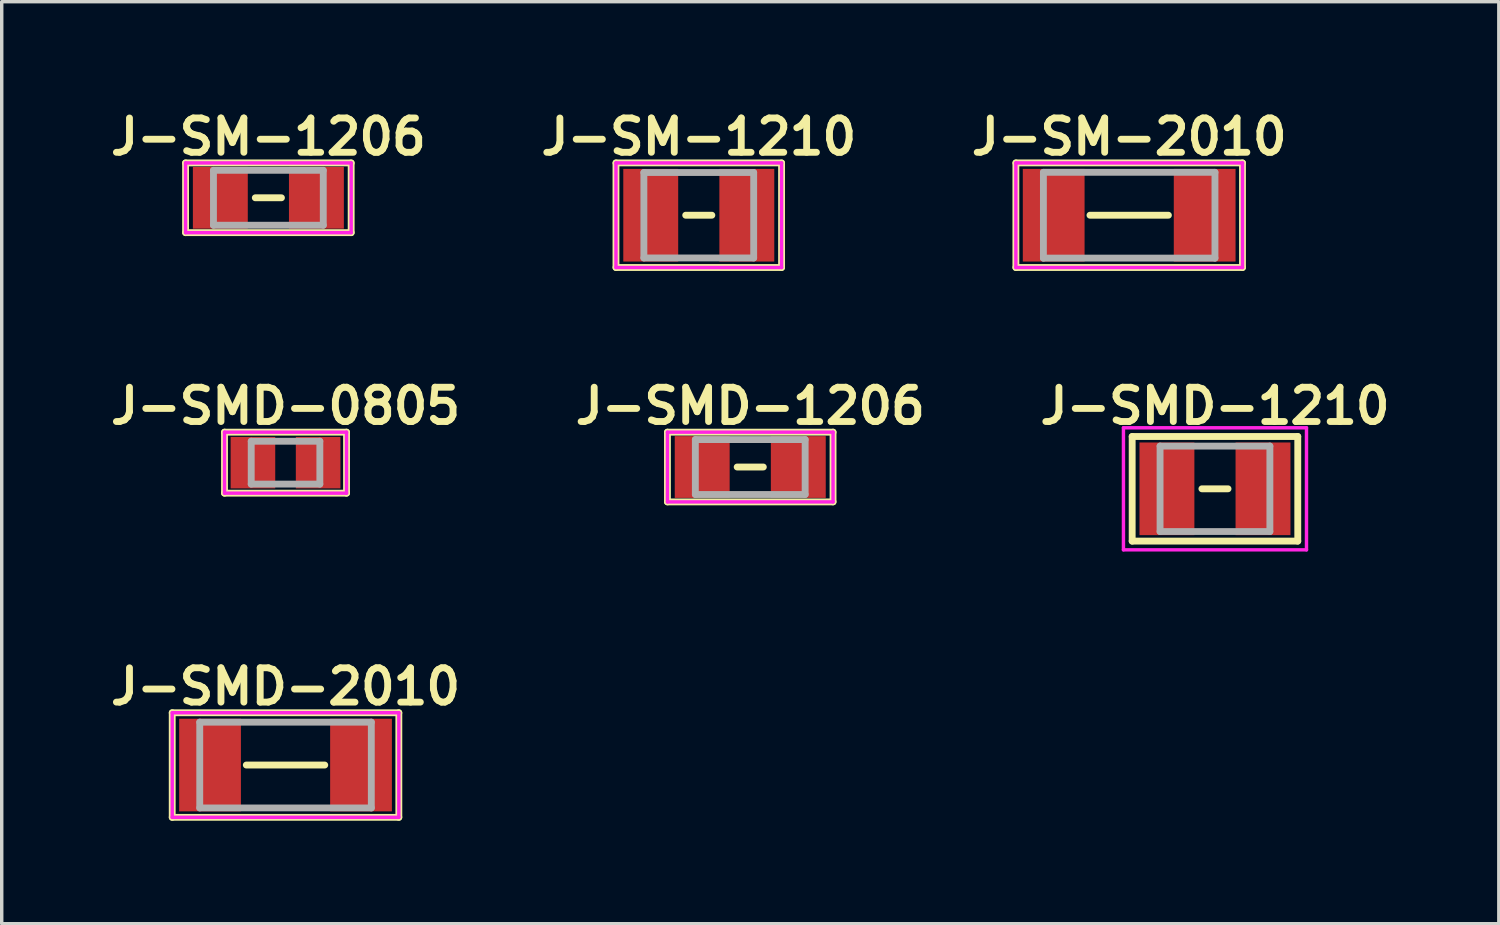
<source format=kicad_pcb>
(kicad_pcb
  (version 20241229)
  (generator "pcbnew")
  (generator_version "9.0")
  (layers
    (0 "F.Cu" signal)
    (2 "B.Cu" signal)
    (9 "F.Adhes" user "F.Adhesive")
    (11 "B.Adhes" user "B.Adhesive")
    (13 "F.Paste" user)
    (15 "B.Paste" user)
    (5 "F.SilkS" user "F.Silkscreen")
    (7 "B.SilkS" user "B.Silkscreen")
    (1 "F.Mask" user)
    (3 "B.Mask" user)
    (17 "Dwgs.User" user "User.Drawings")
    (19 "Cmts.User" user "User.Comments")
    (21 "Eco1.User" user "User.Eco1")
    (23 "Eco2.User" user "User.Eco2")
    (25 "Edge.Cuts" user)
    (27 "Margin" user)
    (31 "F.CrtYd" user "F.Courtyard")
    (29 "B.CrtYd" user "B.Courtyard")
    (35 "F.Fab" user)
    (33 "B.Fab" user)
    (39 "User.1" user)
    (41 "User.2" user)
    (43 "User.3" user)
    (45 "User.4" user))
  (footprint "J-SM-2010"
    (layer "F.Cu")
    (at 29.857 3.222)
    (property "Reference" "J-SM-2010" (at 0 -2.286 0) (layer "F.SilkS") (effects (font (size 1 1) (thickness 0.2))))
    (attr through_hole)
    (fp_line (start -3.302 -1.524) (end -3.302 1.524) (stroke (width 0.2) (type solid)) (layer "F.SilkS"))
    (fp_line (start -3.302 -1.524) (end 3.302 -1.524) (stroke (width 0.2) (type solid)) (layer "F.SilkS"))
    (fp_line (start -3.302 1.524) (end 3.302 1.524) (stroke (width 0.2) (type solid)) (layer "F.SilkS"))
    (fp_line (start -1.143 0) (end 1.143 0) (stroke (width 0.2) (type solid)) (layer "F.SilkS"))
    (fp_line (start 3.302 -1.524) (end 3.302 1.524) (stroke (width 0.2) (type solid)) (layer "F.SilkS"))
    (fp_line (start -3.302 -1.524) (end 3.302 -1.524) (stroke (width 0.1) (type solid)) (layer "F.CrtYd"))
    (fp_line (start -3.302 1.524) (end -3.302 -1.524) (stroke (width 0.1) (type solid)) (layer "F.CrtYd"))
    (fp_line (start 3.302 -1.524) (end 3.302 1.524) (stroke (width 0.1) (type solid)) (layer "F.CrtYd"))
    (fp_line (start 3.302 1.524) (end -3.302 1.524) (stroke (width 0.1) (type solid)) (layer "F.CrtYd"))
    (fp_line (start -2.5 -1.25) (end -2.5 1.25) (stroke (width 0.2) (type solid)) (layer "F.Fab"))
    (fp_line (start -2.5 -1.25) (end 2.5 -1.25) (stroke (width 0.2) (type solid)) (layer "F.Fab"))
    (fp_line (start -2.5 1.25) (end 2.5 1.25) (stroke (width 0.2) (type solid)) (layer "F.Fab"))
    (fp_line (start 2.5 -1.25) (end 2.5 1.25) (stroke (width 0.2) (type solid)) (layer "F.Fab"))
    (pad "J" smd rect (at -2.2 0) (size 1.8 2.7) (layers "F.Cu" "F.Mask"))
    (pad "J" smd rect (at 2.2 0) (size 1.8 2.7) (layers "F.Cu" "F.Mask")))
  (footprint "J-SMD-1206"
    (layer "F.Cu")
    (at 18.814 10.56)
    (property "Reference" "J-SMD-1206" (at 0 -1.778 0) (layer "F.SilkS") (effects (font (size 1 1) (thickness 0.2))))
    (attr through_hole)
    (fp_line (start -2.413 -1.016) (end -2.413 1.016) (stroke (width 0.2) (type solid)) (layer "F.SilkS"))
    (fp_line (start -2.413 -1.016) (end 2.413 -1.016) (stroke (width 0.2) (type solid)) (layer "F.SilkS"))
    (fp_line (start -2.413 1.016) (end 2.413 1.016) (stroke (width 0.2) (type solid)) (layer "F.SilkS"))
    (fp_line (start -0.381 0) (end 0.381 0) (stroke (width 0.2) (type solid)) (layer "F.SilkS"))
    (fp_line (start 2.413 -1.016) (end 2.413 1.016) (stroke (width 0.2) (type solid)) (layer "F.SilkS"))
    (fp_line (start -2.413 -1.016) (end 2.413 -1.016) (stroke (width 0.1) (type solid)) (layer "F.CrtYd"))
    (fp_line (start -2.413 1.016) (end -2.413 -1.016) (stroke (width 0.1) (type solid)) (layer "F.CrtYd"))
    (fp_line (start 2.413 -1.016) (end 2.413 1.016) (stroke (width 0.1) (type solid)) (layer "F.CrtYd"))
    (fp_line (start 2.413 1.016) (end -2.413 1.016) (stroke (width 0.1) (type solid)) (layer "F.CrtYd"))
    (fp_line (start -1.6 -0.8) (end -1.6 0.8) (stroke (width 0.2) (type solid)) (layer "F.Fab"))
    (fp_line (start -1.6 -0.8) (end 1.6 -0.8) (stroke (width 0.2) (type solid)) (layer "F.Fab"))
    (fp_line (start -1.6 0.8) (end 1.6 0.8) (stroke (width 0.2) (type solid)) (layer "F.Fab"))
    (fp_line (start 1.6 -0.8) (end 1.6 0.8) (stroke (width 0.2) (type solid)) (layer "F.Fab"))
    (pad "J" smd rect (at -1.4 0) (size 1.6 1.8) (layers "F.Cu" "F.Mask" "F.Paste"))
    (pad "J" smd rect (at 1.4 0) (size 1.6 1.8) (layers "F.Cu" "F.Mask" "F.Paste")))
  (footprint "J-SM-1210"
    (layer "F.Cu")
    (at 17.314 3.222)
    (property "Reference" "J-SM-1210" (at 0 -2.286 0) (layer "F.SilkS") (effects (font (size 1 1) (thickness 0.2))))
    (attr through_hole)
    (fp_line (start -2.413 -1.524) (end -2.413 1.524) (stroke (width 0.2) (type solid)) (layer "F.SilkS"))
    (fp_line (start -2.413 -1.524) (end 2.413 -1.524) (stroke (width 0.2) (type solid)) (layer "F.SilkS"))
    (fp_line (start -2.413 1.524) (end 2.413 1.524) (stroke (width 0.2) (type solid)) (layer "F.SilkS"))
    (fp_line (start -0.381 0) (end 0.381 0) (stroke (width 0.2) (type solid)) (layer "F.SilkS"))
    (fp_line (start 2.413 -1.524) (end 2.413 1.524) (stroke (width 0.2) (type solid)) (layer "F.SilkS"))
    (fp_line (start -2.413 -1.524) (end 2.413 -1.524) (stroke (width 0.1) (type solid)) (layer "F.CrtYd"))
    (fp_line (start -2.413 1.524) (end -2.413 -1.524) (stroke (width 0.1) (type solid)) (layer "F.CrtYd"))
    (fp_line (start 2.413 -1.524) (end 2.413 1.524) (stroke (width 0.1) (type solid)) (layer "F.CrtYd"))
    (fp_line (start 2.413 1.524) (end -2.413 1.524) (stroke (width 0.1) (type solid)) (layer "F.CrtYd"))
    (fp_line (start -1.6 -1.245) (end -1.6 1.245) (stroke (width 0.2) (type solid)) (layer "F.Fab"))
    (fp_line (start -1.6 -1.245) (end 1.6 -1.245) (stroke (width 0.2) (type solid)) (layer "F.Fab"))
    (fp_line (start -1.6 1.245) (end 1.6 1.245) (stroke (width 0.2) (type solid)) (layer "F.Fab"))
    (fp_line (start 1.6 -1.245) (end 1.6 1.245) (stroke (width 0.2) (type solid)) (layer "F.Fab"))
    (pad "J" smd rect (at -1.4 0) (size 1.6 2.7) (layers "F.Cu" "F.Mask"))
    (pad "J" smd rect (at 1.4 0) (size 1.6 2.7) (layers "F.Cu" "F.Mask")))
  (footprint "J-SMD-2010"
    (layer "F.Cu")
    (at 5.271 19.245)
    (property "Reference" "J-SMD-2010" (at 0 -2.286 0) (layer "F.SilkS") (effects (font (size 1 1) (thickness 0.2))))
    (attr through_hole)
    (fp_line (start -3.302 -1.524) (end -3.302 1.524) (stroke (width 0.2) (type solid)) (layer "F.SilkS"))
    (fp_line (start -3.302 -1.524) (end 3.302 -1.524) (stroke (width 0.2) (type solid)) (layer "F.SilkS"))
    (fp_line (start -3.302 1.524) (end 3.302 1.524) (stroke (width 0.2) (type solid)) (layer "F.SilkS"))
    (fp_line (start -1.143 0) (end 1.143 0) (stroke (width 0.2) (type solid)) (layer "F.SilkS"))
    (fp_line (start 3.302 -1.524) (end 3.302 1.524) (stroke (width 0.2) (type solid)) (layer "F.SilkS"))
    (fp_line (start -3.302 -1.524) (end 3.302 -1.524) (stroke (width 0.1) (type solid)) (layer "F.CrtYd"))
    (fp_line (start -3.302 1.524) (end -3.302 -1.524) (stroke (width 0.1) (type solid)) (layer "F.CrtYd"))
    (fp_line (start 3.302 -1.524) (end 3.302 1.524) (stroke (width 0.1) (type solid)) (layer "F.CrtYd"))
    (fp_line (start 3.302 1.524) (end -3.302 1.524) (stroke (width 0.1) (type solid)) (layer "F.CrtYd"))
    (fp_line (start -2.5 -1.25) (end -2.5 1.25) (stroke (width 0.2) (type solid)) (layer "F.Fab"))
    (fp_line (start -2.5 -1.25) (end 2.5 -1.25) (stroke (width 0.2) (type solid)) (layer "F.Fab"))
    (fp_line (start -2.5 1.25) (end 2.5 1.25) (stroke (width 0.2) (type solid)) (layer "F.Fab"))
    (fp_line (start 2.5 -1.25) (end 2.5 1.25) (stroke (width 0.2) (type solid)) (layer "F.Fab"))
    (pad "J" smd rect (at -2.2 0) (size 1.8 2.7) (layers "F.Cu" "F.Mask"))
    (pad "J" smd rect (at 2.2 0) (size 1.8 2.7) (layers "F.Cu" "F.Mask")))
  (footprint "J-SM-1206"
    (layer "F.Cu")
    (at 4.771 2.714)
    (property "Reference" "J-SM-1206" (at 0 -1.778 0) (layer "F.SilkS") (effects (font (size 1 1) (thickness 0.2))))
    (attr through_hole)
    (fp_line (start -2.413 -1.016) (end -2.413 1.016) (stroke (width 0.2) (type solid)) (layer "F.SilkS"))
    (fp_line (start -2.413 -1.016) (end 2.413 -1.016) (stroke (width 0.2) (type solid)) (layer "F.SilkS"))
    (fp_line (start -2.413 1.016) (end 2.413 1.016) (stroke (width 0.2) (type solid)) (layer "F.SilkS"))
    (fp_line (start -0.381 0) (end 0.381 0) (stroke (width 0.2) (type solid)) (layer "F.SilkS"))
    (fp_line (start 2.413 -1.016) (end 2.413 1.016) (stroke (width 0.2) (type solid)) (layer "F.SilkS"))
    (fp_line (start -2.413 -1.016) (end 2.413 -1.016) (stroke (width 0.1) (type solid)) (layer "F.CrtYd"))
    (fp_line (start -2.413 1.016) (end -2.413 -1.016) (stroke (width 0.1) (type solid)) (layer "F.CrtYd"))
    (fp_line (start 2.413 -1.016) (end 2.413 1.016) (stroke (width 0.1) (type solid)) (layer "F.CrtYd"))
    (fp_line (start 2.413 1.016) (end -2.413 1.016) (stroke (width 0.1) (type solid)) (layer "F.CrtYd"))
    (fp_line (start -1.6 -0.8) (end -1.6 0.8) (stroke (width 0.2) (type solid)) (layer "F.Fab"))
    (fp_line (start -1.6 -0.8) (end 1.6 -0.8) (stroke (width 0.2) (type solid)) (layer "F.Fab"))
    (fp_line (start -1.6 0.8) (end 1.6 0.8) (stroke (width 0.2) (type solid)) (layer "F.Fab"))
    (fp_line (start 1.6 -0.8) (end 1.6 0.8) (stroke (width 0.2) (type solid)) (layer "F.Fab"))
    (pad "J" smd rect (at -1.4 0) (size 1.6 1.8) (layers "F.Cu" "F.Mask"))
    (pad "J" smd rect (at 1.4 0) (size 1.6 1.8) (layers "F.Cu" "F.Mask")))
  (footprint "J-SMD-0805"
    (layer "F.Cu")
    (at 5.271 10.433)
    (property "Reference" "J-SMD-0805" (at 0 -1.651 0) (layer "F.SilkS") (effects (font (size 1 1) (thickness 0.2))))
    (attr through_hole)
    (fp_line (start -1.778 -0.889) (end 1.778 -0.889) (stroke (width 0.2) (type solid)) (layer "F.SilkS"))
    (fp_line (start -1.778 0.889) (end -1.778 -0.889) (stroke (width 0.2) (type solid)) (layer "F.SilkS"))
    (fp_line (start -1.778 0.889) (end 1.778 0.889) (stroke (width 0.2) (type solid)) (layer "F.SilkS"))
    (fp_line (start 1.778 -0.889) (end 1.778 0.889) (stroke (width 0.2) (type solid)) (layer "F.SilkS"))
    (fp_line (start -1.778 -0.889) (end 1.778 -0.889) (stroke (width 0.1) (type solid)) (layer "F.CrtYd"))
    (fp_line (start -1.778 0.889) (end -1.778 -0.889) (stroke (width 0.1) (type solid)) (layer "F.CrtYd"))
    (fp_line (start 1.778 -0.889) (end 1.778 0.889) (stroke (width 0.1) (type solid)) (layer "F.CrtYd"))
    (fp_line (start 1.778 0.889) (end -1.778 0.889) (stroke (width 0.1) (type solid)) (layer "F.CrtYd"))
    (fp_line (start -1 -0.625) (end 1 -0.625) (stroke (width 0.2) (type solid)) (layer "F.Fab"))
    (fp_line (start -1 0.625) (end -1 -0.625) (stroke (width 0.2) (type solid)) (layer "F.Fab"))
    (fp_line (start -1 0.625) (end 1 0.625) (stroke (width 0.2) (type solid)) (layer "F.Fab"))
    (fp_line (start 1 -0.625) (end 1 0.625) (stroke (width 0.2) (type solid)) (layer "F.Fab"))
    (pad "J" smd rect (at -0.95 0) (size 1.3 1.5) (layers "F.Cu" "F.Mask"))
    (pad "J" smd rect (at 0.95 0) (size 1.3 1.5) (layers "F.Cu" "F.Mask")))
  (footprint "J-SMD-1210"
    (layer "F.Cu")
    (at 32.357 11.195)
    (property "Reference" "J-SMD-1210" (at 0 -2.413 0) (layer "F.SilkS") (effects (font (size 1 1) (thickness 0.2))))
    (attr through_hole)
    (fp_line (start -2.413 -1.524) (end -2.413 1.524) (stroke (width 0.2) (type solid)) (layer "F.SilkS"))
    (fp_line (start -2.413 -1.524) (end 2.413 -1.524) (stroke (width 0.2) (type solid)) (layer "F.SilkS"))
    (fp_line (start -2.413 1.524) (end 2.413 1.524) (stroke (width 0.2) (type solid)) (layer "F.SilkS"))
    (fp_line (start -0.381 0) (end 0.381 0) (stroke (width 0.2) (type solid)) (layer "F.SilkS"))
    (fp_line (start 2.413 -1.524) (end 2.413 1.524) (stroke (width 0.2) (type solid)) (layer "F.SilkS"))
    (fp_line (start -2.667 -1.778) (end 2.667 -1.778) (stroke (width 0.1) (type solid)) (layer "F.CrtYd"))
    (fp_line (start -2.667 1.778) (end -2.667 -1.778) (stroke (width 0.1) (type solid)) (layer "F.CrtYd"))
    (fp_line (start 2.667 -1.778) (end 2.667 1.778) (stroke (width 0.1) (type solid)) (layer "F.CrtYd"))
    (fp_line (start 2.667 1.778) (end -2.667 1.778) (stroke (width 0.1) (type solid)) (layer "F.CrtYd"))
    (fp_line (start -1.6 -1.245) (end -1.6 1.245) (stroke (width 0.2) (type solid)) (layer "F.Fab"))
    (fp_line (start -1.6 -1.245) (end 1.6 -1.245) (stroke (width 0.2) (type solid)) (layer "F.Fab"))
    (fp_line (start -1.6 1.245) (end 1.6 1.245) (stroke (width 0.2) (type solid)) (layer "F.Fab"))
    (fp_line (start 1.6 -1.245) (end 1.6 1.245) (stroke (width 0.2) (type solid)) (layer "F.Fab"))
    (pad "J" smd rect (at -1.4 0) (size 1.6 2.7) (layers "F.Cu" "F.Mask" "F.Paste"))
    (pad "J" smd rect (at 1.4 0) (size 1.6 2.7) (layers "F.Cu" "F.Mask" "F.Paste")))
  (gr_rect
    (start -3 -3)
    (end 40.629 23.869)
    (stroke (width 0.1) (type default))
    (fill no)
    (layer "Edge.Cuts")))
</source>
